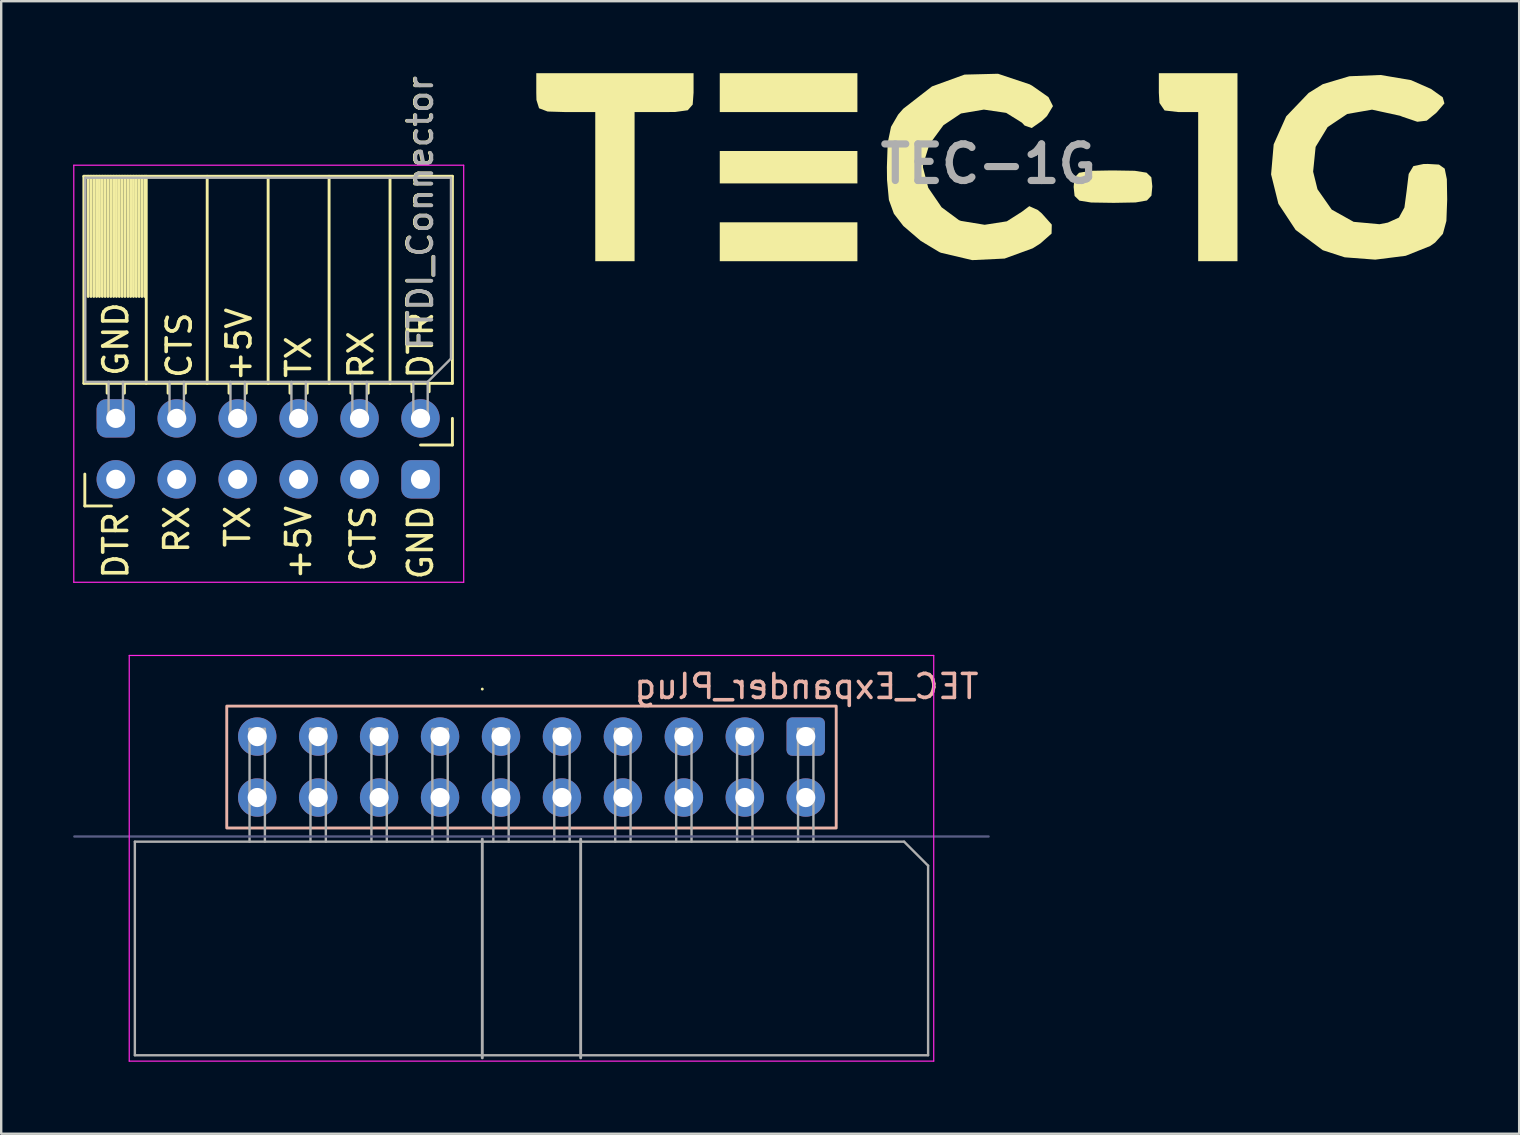
<source format=kicad_pcb>
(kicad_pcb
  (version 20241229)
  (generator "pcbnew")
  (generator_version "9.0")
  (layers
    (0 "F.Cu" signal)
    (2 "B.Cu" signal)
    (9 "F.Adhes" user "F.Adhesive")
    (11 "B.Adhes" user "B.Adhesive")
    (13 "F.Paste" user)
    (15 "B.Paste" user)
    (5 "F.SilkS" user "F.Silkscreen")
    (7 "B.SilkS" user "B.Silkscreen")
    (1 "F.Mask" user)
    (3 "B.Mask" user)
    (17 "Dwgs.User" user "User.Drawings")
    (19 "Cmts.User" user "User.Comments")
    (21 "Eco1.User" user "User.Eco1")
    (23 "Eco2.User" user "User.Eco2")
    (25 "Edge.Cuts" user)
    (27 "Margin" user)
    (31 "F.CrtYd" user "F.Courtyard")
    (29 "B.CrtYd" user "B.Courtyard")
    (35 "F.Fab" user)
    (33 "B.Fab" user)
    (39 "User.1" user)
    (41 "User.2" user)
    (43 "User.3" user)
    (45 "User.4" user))
  (footprint "FTDI_Connector"
    (layer "F.Cu")
    (at 1.775 14.386)
    (property "Reference" "FTDI_Connector" (at 12.676 -8.571 90) (layer "F.SilkS") (effects (font (size 1 1) (thickness 0.15))))
    (attr through_hole)
    (fp_line (start -1.33 -10.09) (end -1.33 -1.46) (stroke (width 0.12) (type solid)) (layer "F.SilkS"))
    (fp_line (start -1.29 3.651) (end -1.29 2.321) (stroke (width 0.12) (type solid)) (layer "F.SilkS"))
    (fp_line (start -1.152 -10.09) (end -1.152 -5.08) (stroke (width 0.12) (type solid)) (layer "F.SilkS"))
    (fp_line (start -1.034 -10.09) (end -1.034 -5.08) (stroke (width 0.12) (type solid)) (layer "F.SilkS"))
    (fp_line (start -0.916 -10.09) (end -0.916 -5.08) (stroke (width 0.12) (type solid)) (layer "F.SilkS"))
    (fp_line (start -0.798 -10.09) (end -0.798 -5.08) (stroke (width 0.12) (type solid)) (layer "F.SilkS"))
    (fp_line (start -0.68 -10.09) (end -0.68 -5.08) (stroke (width 0.12) (type solid)) (layer "F.SilkS"))
    (fp_line (start -0.561 -10.09) (end -0.561 -5.08) (stroke (width 0.12) (type solid)) (layer "F.SilkS"))
    (fp_line (start -0.443 -10.09) (end -0.443 -5.08) (stroke (width 0.12) (type solid)) (layer "F.SilkS"))
    (fp_line (start -0.36 -1.46) (end -0.36 -1.05) (stroke (width 0.12) (type solid)) (layer "F.SilkS"))
    (fp_line (start -0.325 -10.09) (end -0.325 -5.08) (stroke (width 0.12) (type solid)) (layer "F.SilkS"))
    (fp_line (start -0.207 -10.09) (end -0.207 -5.08) (stroke (width 0.12) (type solid)) (layer "F.SilkS"))
    (fp_line (start -0.18 3.651) (end -1.29 3.651) (stroke (width 0.12) (type solid)) (layer "F.SilkS"))
    (fp_line (start -0.089 -10.09) (end -0.089 -5.08) (stroke (width 0.12) (type solid)) (layer "F.SilkS"))
    (fp_line (start 0.029 -10.09) (end 0.029 -5.08) (stroke (width 0.12) (type solid)) (layer "F.SilkS"))
    (fp_line (start 0.147 -10.09) (end 0.147 -5.08) (stroke (width 0.12) (type solid)) (layer "F.SilkS"))
    (fp_line (start 0.265 -10.09) (end 0.265 -5.08) (stroke (width 0.12) (type solid)) (layer "F.SilkS"))
    (fp_line (start 0.36 -1.46) (end 0.36 -1.05) (stroke (width 0.12) (type solid)) (layer "F.SilkS"))
    (fp_line (start 0.383 -10.09) (end 0.383 -5.08) (stroke (width 0.12) (type solid)) (layer "F.SilkS"))
    (fp_line (start 0.501 -10.09) (end 0.508 -5.08) (stroke (width 0.12) (type solid)) (layer "F.SilkS"))
    (fp_line (start 0.62 -10.09) (end 0.62 -5.08) (stroke (width 0.12) (type solid)) (layer "F.SilkS"))
    (fp_line (start 0.738 -10.09) (end 0.738 -5.08) (stroke (width 0.12) (type solid)) (layer "F.SilkS"))
    (fp_line (start 0.856 -10.09) (end 0.856 -5.08) (stroke (width 0.12) (type solid)) (layer "F.SilkS"))
    (fp_line (start 0.974 -10.09) (end 0.974 -5.08) (stroke (width 0.12) (type solid)) (layer "F.SilkS"))
    (fp_line (start 1.092 -10.09) (end 1.092 -5.08) (stroke (width 0.12) (type solid)) (layer "F.SilkS"))
    (fp_line (start 1.21 -10.09) (end 1.21 -5.08) (stroke (width 0.12) (type solid)) (layer "F.SilkS"))
    (fp_line (start 1.27 -10.09) (end 1.27 -1.46) (stroke (width 0.12) (type solid)) (layer "F.SilkS"))
    (fp_line (start 2.18 -1.46) (end 2.18 -1.05) (stroke (width 0.12) (type solid)) (layer "F.SilkS"))
    (fp_line (start 2.9 -1.46) (end 2.9 -1.05) (stroke (width 0.12) (type solid)) (layer "F.SilkS"))
    (fp_line (start 3.81 -10.09) (end 3.81 -1.46) (stroke (width 0.12) (type solid)) (layer "F.SilkS"))
    (fp_line (start 4.72 -1.46) (end 4.72 -1.05) (stroke (width 0.12) (type solid)) (layer "F.SilkS"))
    (fp_line (start 5.44 -1.46) (end 5.44 -1.05) (stroke (width 0.12) (type solid)) (layer "F.SilkS"))
    (fp_line (start 6.35 -10.09) (end 6.35 -1.46) (stroke (width 0.12) (type solid)) (layer "F.SilkS"))
    (fp_line (start 7.26 -1.46) (end 7.26 -1.05) (stroke (width 0.12) (type solid)) (layer "F.SilkS"))
    (fp_line (start 7.98 -1.46) (end 7.98 -1.05) (stroke (width 0.12) (type solid)) (layer "F.SilkS"))
    (fp_line (start 8.89 -10.09) (end 8.89 -1.46) (stroke (width 0.12) (type solid)) (layer "F.SilkS"))
    (fp_line (start 9.8 -1.46) (end 9.8 -1.05) (stroke (width 0.12) (type solid)) (layer "F.SilkS"))
    (fp_line (start 10.52 -1.46) (end 10.52 -1.05) (stroke (width 0.12) (type solid)) (layer "F.SilkS"))
    (fp_line (start 11.43 -10.09) (end 11.43 -1.46) (stroke (width 0.12) (type solid)) (layer "F.SilkS"))
    (fp_line (start 12.34 -1.46) (end 12.34 -1.11) (stroke (width 0.12) (type solid)) (layer "F.SilkS"))
    (fp_line (start 13.06 -1.46) (end 13.06 -1.11) (stroke (width 0.12) (type solid)) (layer "F.SilkS"))
    (fp_line (start 14.03 -10.09) (end -1.33 -10.09) (stroke (width 0.12) (type solid)) (layer "F.SilkS"))
    (fp_line (start 14.03 -10.09) (end 14.03 -1.46) (stroke (width 0.12) (type solid)) (layer "F.SilkS"))
    (fp_line (start 14.03 -1.46) (end -1.33 -1.46) (stroke (width 0.12) (type solid)) (layer "F.SilkS"))
    (fp_line (start 14.03 0) (end 14.03 1.11) (stroke (width 0.12) (type solid)) (layer "F.SilkS"))
    (fp_line (start 14.03 1.11) (end 12.7 1.11) (stroke (width 0.12) (type solid)) (layer "F.SilkS"))
    (fp_line (start -1.75 -10.55) (end -1.75 6.83) (stroke (width 0.05) (type solid)) (layer "F.CrtYd"))
    (fp_line (start -1.75 6.83) (end 14.5 6.83) (stroke (width 0.05) (type solid)) (layer "F.CrtYd"))
    (fp_line (start 14.5 -10.55) (end -1.75 -10.55) (stroke (width 0.05) (type solid)) (layer "F.CrtYd"))
    (fp_line (start 14.5 6.83) (end 14.5 -10.55) (stroke (width 0.05) (type solid)) (layer "F.CrtYd"))
    (fp_line (start -1.27 -10.03) (end 13.97 -10.03) (stroke (width 0.1) (type solid)) (layer "F.Fab"))
    (fp_line (start -1.27 -1.52) (end -1.27 -10.03) (stroke (width 0.1) (type solid)) (layer "F.Fab"))
    (fp_line (start -0.3 -1.52) (end -0.3 0) (stroke (width 0.1) (type solid)) (layer "F.Fab"))
    (fp_line (start -0.3 0) (end 0.3 0) (stroke (width 0.1) (type solid)) (layer "F.Fab"))
    (fp_line (start 0.3 0) (end 0.3 -1.52) (stroke (width 0.1) (type solid)) (layer "F.Fab"))
    (fp_line (start 2.24 -1.52) (end 2.24 0) (stroke (width 0.1) (type solid)) (layer "F.Fab"))
    (fp_line (start 2.24 0) (end 2.84 0) (stroke (width 0.1) (type solid)) (layer "F.Fab"))
    (fp_line (start 2.84 0) (end 2.84 -1.52) (stroke (width 0.1) (type solid)) (layer "F.Fab"))
    (fp_line (start 4.78 -1.52) (end 4.78 0) (stroke (width 0.1) (type solid)) (layer "F.Fab"))
    (fp_line (start 4.78 0) (end 5.38 0) (stroke (width 0.1) (type solid)) (layer "F.Fab"))
    (fp_line (start 5.38 0) (end 5.38 -1.52) (stroke (width 0.1) (type solid)) (layer "F.Fab"))
    (fp_line (start 7.32 -1.52) (end 7.32 0) (stroke (width 0.1) (type solid)) (layer "F.Fab"))
    (fp_line (start 7.32 0) (end 7.92 0) (stroke (width 0.1) (type solid)) (layer "F.Fab"))
    (fp_line (start 7.92 0) (end 7.92 -1.52) (stroke (width 0.1) (type solid)) (layer "F.Fab"))
    (fp_line (start 9.86 -1.52) (end 9.86 0) (stroke (width 0.1) (type solid)) (layer "F.Fab"))
    (fp_line (start 9.86 0) (end 10.46 0) (stroke (width 0.1) (type solid)) (layer "F.Fab"))
    (fp_line (start 10.46 0) (end 10.46 -1.52) (stroke (width 0.1) (type solid)) (layer "F.Fab"))
    (fp_line (start 12.4 -1.52) (end 12.4 0) (stroke (width 0.1) (type solid)) (layer "F.Fab"))
    (fp_line (start 12.4 0) (end 13 0) (stroke (width 0.1) (type solid)) (layer "F.Fab"))
    (fp_line (start 13 -1.52) (end -1.27 -1.52) (stroke (width 0.1) (type solid)) (layer "F.Fab"))
    (fp_line (start 13 0) (end 13 -1.52) (stroke (width 0.1) (type solid)) (layer "F.Fab"))
    (fp_line (start 13.97 -10.03) (end 13.97 -2.49) (stroke (width 0.1) (type solid)) (layer "F.Fab"))
    (fp_line (start 13.97 -2.49) (end 13 -1.52) (stroke (width 0.1) (type solid)) (layer "F.Fab"))
    (fp_text user "TX" (at 7.62 -2.556 90) (unlocked yes) (layer "F.SilkS") (effects (font (size 1 1) (thickness 0.15))))
    (fp_text user "GND" (at 12.7 3.556 90) (unlocked yes) (layer "F.SilkS") (effects (font (size 1 1) (thickness 0.15)) (justify right)))
    (fp_text user "+5V" (at 5.134 -3.075 90) (unlocked yes) (layer "F.SilkS") (effects (font (size 1 1) (thickness 0.15))))
    (fp_text user "CTS" (at 10.308 3.556 90) (unlocked yes) (layer "F.SilkS") (effects (font (size 1 1) (thickness 0.15)) (justify right)))
    (fp_text user "CTS" (at 2.646 -3.048 90) (unlocked yes) (layer "F.SilkS") (effects (font (size 1 1) (thickness 0.15))))
    (fp_text user "RX" (at 10.219 -2.648 90) (unlocked yes) (layer "F.SilkS") (effects (font (size 1 1) (thickness 0.15))))
    (fp_text user "+5V" (at 7.62 3.556 90) (unlocked yes) (layer "F.SilkS") (effects (font (size 1 1) (thickness 0.15)) (justify right)))
    (fp_text user "DTR" (at 0 3.81 90) (unlocked yes) (layer "F.SilkS") (effects (font (size 1 1) (thickness 0.15)) (justify right)))
    (fp_text user "TX" (at 5.08 3.556 90) (unlocked yes) (layer "F.SilkS") (effects (font (size 1 1) (thickness 0.15)) (justify right)))
    (fp_text user "DTR" (at 12.7 -3.048 90) (unlocked yes) (layer "F.SilkS") (effects (font (size 1 1) (thickness 0.15))))
    (fp_text user "GND" (at 0 -3.302 90) (unlocked yes) (layer "F.SilkS") (effects (font (size 1 1) (thickness 0.15))))
    (fp_text user "RX" (at 2.54 3.556 90) (unlocked yes) (layer "F.SilkS") (effects (font (size 1 1) (thickness 0.15)) (justify right)))
    (fp_text user "${REFERENCE}" (at 12.7 -8.569 270) (layer "F.Fab") (effects (font (size 1 1) (thickness 0.15))))
    (pad "1" thru_hole roundrect (at 0 0 270) (size 1.6 1.6) (drill 0.8) (layers "*.Cu" "*.Mask") (roundrect_rratio 0.25))
    (pad "1" thru_hole roundrect (at 12.7 2.54 270) (size 1.6 1.6) (drill 0.8) (layers "*.Cu" "*.Mask") (roundrect_rratio 0.25))
    (pad "2" thru_hole oval (at 2.54 0 270) (size 1.6 1.6) (drill 0.8) (layers "*.Cu" "*.Mask"))
    (pad "2" thru_hole oval (at 10.16 2.54 270) (size 1.6 1.6) (drill 0.8) (layers "*.Cu" "*.Mask"))
    (pad "3" thru_hole oval (at 5.08 0 270) (size 1.6 1.6) (drill 0.8) (layers "*.Cu" "*.Mask"))
    (pad "3" thru_hole oval (at 7.62 2.54 270) (size 1.6 1.6) (drill 0.8) (layers "*.Cu" "*.Mask"))
    (pad "4" thru_hole oval (at 5.08 2.54 270) (size 1.6 1.6) (drill 0.8) (layers "*.Cu" "*.Mask"))
    (pad "4" thru_hole oval (at 7.62 0 270) (size 1.6 1.6) (drill 0.8) (layers "*.Cu" "*.Mask"))
    (pad "5" thru_hole oval (at 2.54 2.54 270) (size 1.6 1.6) (drill 0.8) (layers "*.Cu" "*.Mask"))
    (pad "5" thru_hole oval (at 10.16 0 270) (size 1.6 1.6) (drill 0.8) (layers "*.Cu" "*.Mask"))
    (pad "6" thru_hole oval (at 0 2.54 270) (size 1.6 1.6) (drill 0.8) (layers "*.Cu" "*.Mask"))
    (pad "6" thru_hole oval (at 12.7 0 270) (size 1.6 1.6) (drill 0.8) (layers "*.Cu" "*.Mask")))
  (footprint "TEC_Expander_Plug"
    (layer "F.Cu")
    (at 30.53 27.648)
    (property "Reference" "TEC_Expander_Plug" (at 0.028 -2.087 0) (layer "B.SilkS") (effects (font (size 1 1) (thickness 0.15)) (justify mirror)))
    (attr through_hole)
    (fp_line (start -13.48 -1.98) (end -13.48 -1.98) (stroke (width 0.12) (type solid)) (layer "F.SilkS"))
    (fp_rect (start -24.13 -1.27) (end 1.27 3.81) (stroke (width 0.12) (type solid)) (fill no) (layer "B.SilkS"))
    (fp_line (start -28.194 -3.382) (end -28.194 13.526) (stroke (width 0.05) (type solid)) (layer "F.CrtYd"))
    (fp_line (start -28.194 13.526) (end 5.334 13.526) (stroke (width 0.05) (type solid)) (layer "F.CrtYd"))
    (fp_line (start 5.334 -3.382) (end -28.194 -3.382) (stroke (width 0.05) (type solid)) (layer "F.CrtYd"))
    (fp_line (start 5.334 13.526) (end 5.334 -3.382) (stroke (width 0.05) (type solid)) (layer "F.CrtYd"))
    (fp_line (start -30.48 4.164) (end 7.62 4.164) (stroke (width 0.1) (type solid)) (layer "B.Fab"))
    (fp_line (start -27.96 4.38) (end 4.1 4.38) (stroke (width 0.1) (type solid)) (layer "F.Fab"))
    (fp_line (start -27.96 13.28) (end -27.96 4.38) (stroke (width 0.1) (type solid)) (layer "F.Fab"))
    (fp_line (start -23.18 -0.32) (end -23.18 4.38) (stroke (width 0.1) (type solid)) (layer "F.Fab"))
    (fp_line (start -22.54 -0.32) (end -23.18 -0.32) (stroke (width 0.1) (type solid)) (layer "F.Fab"))
    (fp_line (start -22.54 4.38) (end -22.54 -0.32) (stroke (width 0.1) (type solid)) (layer "F.Fab"))
    (fp_line (start -20.64 -0.32) (end -20.64 4.38) (stroke (width 0.1) (type solid)) (layer "F.Fab"))
    (fp_line (start -20 -0.32) (end -20.64 -0.32) (stroke (width 0.1) (type solid)) (layer "F.Fab"))
    (fp_line (start -20 4.38) (end -20 -0.32) (stroke (width 0.1) (type solid)) (layer "F.Fab"))
    (fp_line (start -18.1 -0.32) (end -18.1 4.38) (stroke (width 0.1) (type solid)) (layer "F.Fab"))
    (fp_line (start -17.46 -0.32) (end -18.1 -0.32) (stroke (width 0.1) (type solid)) (layer "F.Fab"))
    (fp_line (start -17.46 4.38) (end -17.46 -0.32) (stroke (width 0.1) (type solid)) (layer "F.Fab"))
    (fp_line (start -15.56 -0.32) (end -15.56 4.38) (stroke (width 0.1) (type solid)) (layer "F.Fab"))
    (fp_line (start -14.92 -0.32) (end -15.56 -0.32) (stroke (width 0.1) (type solid)) (layer "F.Fab"))
    (fp_line (start -14.92 4.38) (end -14.92 -0.32) (stroke (width 0.1) (type solid)) (layer "F.Fab"))
    (fp_line (start -13.48 4.27) (end -13.48 13.39) (stroke (width 0.12) (type solid)) (layer "F.Fab"))
    (fp_line (start -13.02 -0.32) (end -13.02 4.38) (stroke (width 0.1) (type solid)) (layer "F.Fab"))
    (fp_line (start -12.38 -0.32) (end -13.02 -0.32) (stroke (width 0.1) (type solid)) (layer "F.Fab"))
    (fp_line (start -12.38 4.38) (end -12.38 -0.32) (stroke (width 0.1) (type solid)) (layer "F.Fab"))
    (fp_line (start -10.48 -0.32) (end -10.48 4.38) (stroke (width 0.1) (type solid)) (layer "F.Fab"))
    (fp_line (start -9.84 -0.32) (end -10.48 -0.32) (stroke (width 0.1) (type solid)) (layer "F.Fab"))
    (fp_line (start -9.84 4.38) (end -9.84 -0.32) (stroke (width 0.1) (type solid)) (layer "F.Fab"))
    (fp_line (start -9.38 4.27) (end -9.38 13.39) (stroke (width 0.12) (type solid)) (layer "F.Fab"))
    (fp_line (start -7.94 -0.32) (end -7.94 4.38) (stroke (width 0.1) (type solid)) (layer "F.Fab"))
    (fp_line (start -7.3 -0.32) (end -7.94 -0.32) (stroke (width 0.1) (type solid)) (layer "F.Fab"))
    (fp_line (start -7.3 4.38) (end -7.3 -0.32) (stroke (width 0.1) (type solid)) (layer "F.Fab"))
    (fp_line (start -5.4 -0.32) (end -5.4 4.38) (stroke (width 0.1) (type solid)) (layer "F.Fab"))
    (fp_line (start -4.76 -0.32) (end -5.4 -0.32) (stroke (width 0.1) (type solid)) (layer "F.Fab"))
    (fp_line (start -4.76 4.38) (end -4.76 -0.32) (stroke (width 0.1) (type solid)) (layer "F.Fab"))
    (fp_line (start -2.86 -0.32) (end -2.86 4.38) (stroke (width 0.1) (type solid)) (layer "F.Fab"))
    (fp_line (start -2.22 -0.32) (end -2.86 -0.32) (stroke (width 0.1) (type solid)) (layer "F.Fab"))
    (fp_line (start -2.22 4.38) (end -2.22 -0.32) (stroke (width 0.1) (type solid)) (layer "F.Fab"))
    (fp_line (start -0.32 -0.32) (end -0.32 4.38) (stroke (width 0.1) (type solid)) (layer "F.Fab"))
    (fp_line (start 0.32 -0.32) (end -0.32 -0.32) (stroke (width 0.1) (type solid)) (layer "F.Fab"))
    (fp_line (start 0.32 4.38) (end 0.32 -0.32) (stroke (width 0.1) (type solid)) (layer "F.Fab"))
    (fp_line (start 4.1 4.38) (end 5.1 5.38) (stroke (width 0.1) (type solid)) (layer "F.Fab"))
    (fp_line (start 5.1 5.38) (end 5.1 13.28) (stroke (width 0.1) (type solid)) (layer "F.Fab"))
    (fp_line (start 5.1 13.28) (end -27.96 13.28) (stroke (width 0.1) (type solid)) (layer "F.Fab"))
    (pad "1" thru_hole roundrect (at 0 0 270) (size 1.6 1.6) (drill 0.8) (layers "*.Cu" "*.Mask") (roundrect_rratio 0.147))
    (pad "2" thru_hole circle (at 0 2.54 270) (size 1.6 1.6) (drill 0.8) (layers "*.Cu" "*.Mask"))
    (pad "3" thru_hole circle (at -2.54 0 270) (size 1.6 1.6) (drill 0.8) (layers "*.Cu" "*.Mask"))
    (pad "4" thru_hole circle (at -2.54 2.54 270) (size 1.6 1.6) (drill 0.8) (layers "*.Cu" "*.Mask"))
    (pad "5" thru_hole circle (at -5.08 0 270) (size 1.6 1.6) (drill 0.8) (layers "*.Cu" "*.Mask"))
    (pad "6" thru_hole circle (at -5.08 2.54 270) (size 1.6 1.6) (drill 0.8) (layers "*.Cu" "*.Mask"))
    (pad "7" thru_hole circle (at -7.62 0 270) (size 1.6 1.6) (drill 0.8) (layers "*.Cu" "*.Mask"))
    (pad "8" thru_hole circle (at -7.62 2.54 270) (size 1.6 1.6) (drill 0.8) (layers "*.Cu" "*.Mask"))
    (pad "9" thru_hole circle (at -10.16 0 270) (size 1.6 1.6) (drill 0.8) (layers "*.Cu" "*.Mask"))
    (pad "10" thru_hole circle (at -10.16 2.54 270) (size 1.6 1.6) (drill 0.8) (layers "*.Cu" "*.Mask"))
    (pad "11" thru_hole circle (at -12.7 0 270) (size 1.6 1.6) (drill 0.8) (layers "*.Cu" "*.Mask"))
    (pad "12" thru_hole circle (at -12.7 2.54 270) (size 1.6 1.6) (drill 0.8) (layers "*.Cu" "*.Mask"))
    (pad "13" thru_hole circle (at -15.24 0 270) (size 1.6 1.6) (drill 0.8) (layers "*.Cu" "*.Mask"))
    (pad "14" thru_hole circle (at -15.24 2.54 270) (size 1.6 1.6) (drill 0.8) (layers "*.Cu" "*.Mask"))
    (pad "15" thru_hole circle (at -17.78 0 270) (size 1.6 1.6) (drill 0.8) (layers "*.Cu" "*.Mask"))
    (pad "16" thru_hole circle (at -17.78 2.54 270) (size 1.6 1.6) (drill 0.8) (layers "*.Cu" "*.Mask"))
    (pad "17" thru_hole circle (at -20.32 0 270) (size 1.6 1.6) (drill 0.8) (layers "*.Cu" "*.Mask"))
    (pad "18" thru_hole circle (at -20.32 2.54 270) (size 1.6 1.6) (drill 0.8) (layers "*.Cu" "*.Mask"))
    (pad "19" thru_hole circle (at -22.86 0 270) (size 1.6 1.6) (drill 0.8) (layers "*.Cu" "*.Mask"))
    (pad "20" thru_hole circle (at -22.86 2.54 270) (size 1.6 1.6) (drill 0.8) (layers "*.Cu" "*.Mask")))
  (footprint "TEC-1G"
    (layer "F.Cu")
    (at 38.145 3.783)
    (property "Reference" "TEC-1G" (at 0 0 0) (layer "F.Fab") (effects (font (size 1.524 1.524) (thickness 0.3))))
    (attr board_only exclude_from_pos_files exclude_from_bom)
    (fp_poly (pts (xy -5.462 -2.162) (xy -11.198 -2.162) (xy -11.198 -3.783) (xy -5.462 -3.783)) (stroke (width 0) (type solid)) (fill yes) (layer "F.SilkS"))
    (fp_poly (pts (xy -5.462 0.811) (xy -11.198 0.811) (xy -11.198 -0.54) (xy -5.462 -0.54)) (stroke (width 0) (type solid)) (fill yes) (layer "F.SilkS"))
    (fp_poly (pts (xy -5.462 4.053) (xy -11.198 4.053) (xy -11.198 2.432) (xy -5.462 2.432)) (stroke (width 0) (type solid)) (fill yes) (layer "F.SilkS"))
    (fp_poly (pts (xy 10.378 4.053) (xy 8.74 4.053) (xy 8.74 -2.162) (xy 7.92 -2.162) (xy 7.34 -2.229) (xy 7.126 -2.544) (xy 7.101 -2.972) (xy 7.101 -3.783) (xy 10.378 -3.783)) (stroke (width 0) (type solid)) (fill yes) (layer "F.SilkS"))
    (fp_poly (pts (xy -12.29 -2.972) (xy -12.326 -2.474) (xy -12.532 -2.238) (xy -13.056 -2.166) (xy -13.519 -2.162) (xy -14.748 -2.162) (xy -14.748 4.053) (xy -16.387 4.053) (xy -16.387 -2.162) (xy -17.616 -2.162) (xy -18.372 -2.185) (xy -18.73 -2.321) (xy -18.838 -2.667) (xy -18.845 -2.972) (xy -18.845 -3.783) (xy -12.29 -3.783)) (stroke (width 0) (type solid)) (fill yes) (layer "F.SilkS"))
    (fp_poly (pts (xy 6.097 0.285) (xy 6.588 0.363) (xy 6.789 0.558) (xy 6.828 0.922) (xy 6.828 0.946) (xy 6.793 1.32) (xy 6.604 1.522) (xy 6.131 1.605) (xy 5.247 1.621) (xy 5.189 1.621) (xy 4.281 1.607) (xy 3.791 1.529) (xy 3.59 1.334) (xy 3.551 0.969) (xy 3.551 0.946) (xy 3.585 0.571) (xy 3.775 0.369) (xy 4.248 0.286) (xy 5.132 0.27) (xy 5.189 0.27)) (stroke (width 0) (type solid)) (fill yes) (layer "F.SilkS"))
    (fp_poly (pts (xy 1.721 -3.317) (xy 1.844 -3.246) (xy 2.501 -2.785) (xy 2.689 -2.411) (xy 2.439 -1.996) (xy 2.224 -1.791) (xy 1.802 -1.497) (xy 1.505 -1.601) (xy 1.396 -1.72) (xy 0.739 -2.129) (xy -0.191 -2.265) (xy -1.145 -2.103) (xy -1.876 -1.614) (xy -2.459 -0.82) (xy -2.728 0.043) (xy -2.731 0.135) (xy -2.509 0.991) (xy -1.953 1.805) (xy -1.23 2.341) (xy -1.145 2.373) (xy -0.159 2.535) (xy 0.765 2.391) (xy 1.396 1.99) (xy 1.701 1.759) (xy 2.057 1.919) (xy 2.224 2.062) (xy 2.639 2.527) (xy 2.631 2.902) (xy 2.165 3.313) (xy 1.844 3.516) (xy 0.673 3.943) (xy -0.679 4.008) (xy -1.978 3.702) (xy -2.048 3.672) (xy -2.819 3.209) (xy -3.538 2.593) (xy -3.551 2.58) (xy -3.942 2.073) (xy -4.149 1.5) (xy -4.227 0.668) (xy -4.233 0.135) (xy -4.199 -0.881) (xy -4.06 -1.548) (xy -3.764 -2.057) (xy -3.551 -2.301) (xy -2.354 -3.231) (xy -0.998 -3.724) (xy 0.399 -3.759)) (stroke (width 0) (type solid)) (fill yes) (layer "F.SilkS"))
    (fp_poly (pts (xy 17.612 -3.493) (xy 18.443 -3.127) (xy 18.932 -2.779) (xy 19.003 -2.524) (xy 18.698 -2.167) (xy 18.658 -2.126) (xy 18.265 -1.804) (xy 17.874 -1.758) (xy 17.251 -1.969) (xy 17.16 -2.007) (xy 15.986 -2.263) (xy 14.95 -2.082) (xy 14.137 -1.539) (xy 13.635 -0.712) (xy 13.531 0.321) (xy 13.713 1.055) (xy 14.306 1.902) (xy 15.219 2.412) (xy 16.296 2.511) (xy 16.644 2.444) (xy 17.106 2.235) (xy 17.336 1.814) (xy 17.427 1.13) (xy 17.513 0.416) (xy 17.709 0.09) (xy 18.133 0.002) (xy 18.315 0) (xy 18.775 0.026) (xy 19.014 0.194) (xy 19.104 0.637) (xy 19.118 1.48) (xy 19.085 2.375) (xy 18.939 2.913) (xy 18.616 3.275) (xy 18.41 3.419) (xy 17.389 3.828) (xy 16.12 3.988) (xy 14.847 3.891) (xy 13.934 3.595) (xy 12.802 2.75) (xy 12.084 1.66) (xy 11.779 0.435) (xy 11.887 -0.816) (xy 12.408 -1.983) (xy 13.343 -2.959) (xy 13.934 -3.325) (xy 15.039 -3.655) (xy 16.346 -3.708)) (stroke (width 0) (type solid)) (fill yes) (layer "F.SilkS")))
  (gr_rect
    (start -3 -3)
    (end 60.263 44.199)
    (stroke (width 0.1) (type default))
    (fill no)
    (layer "Edge.Cuts")))
</source>
